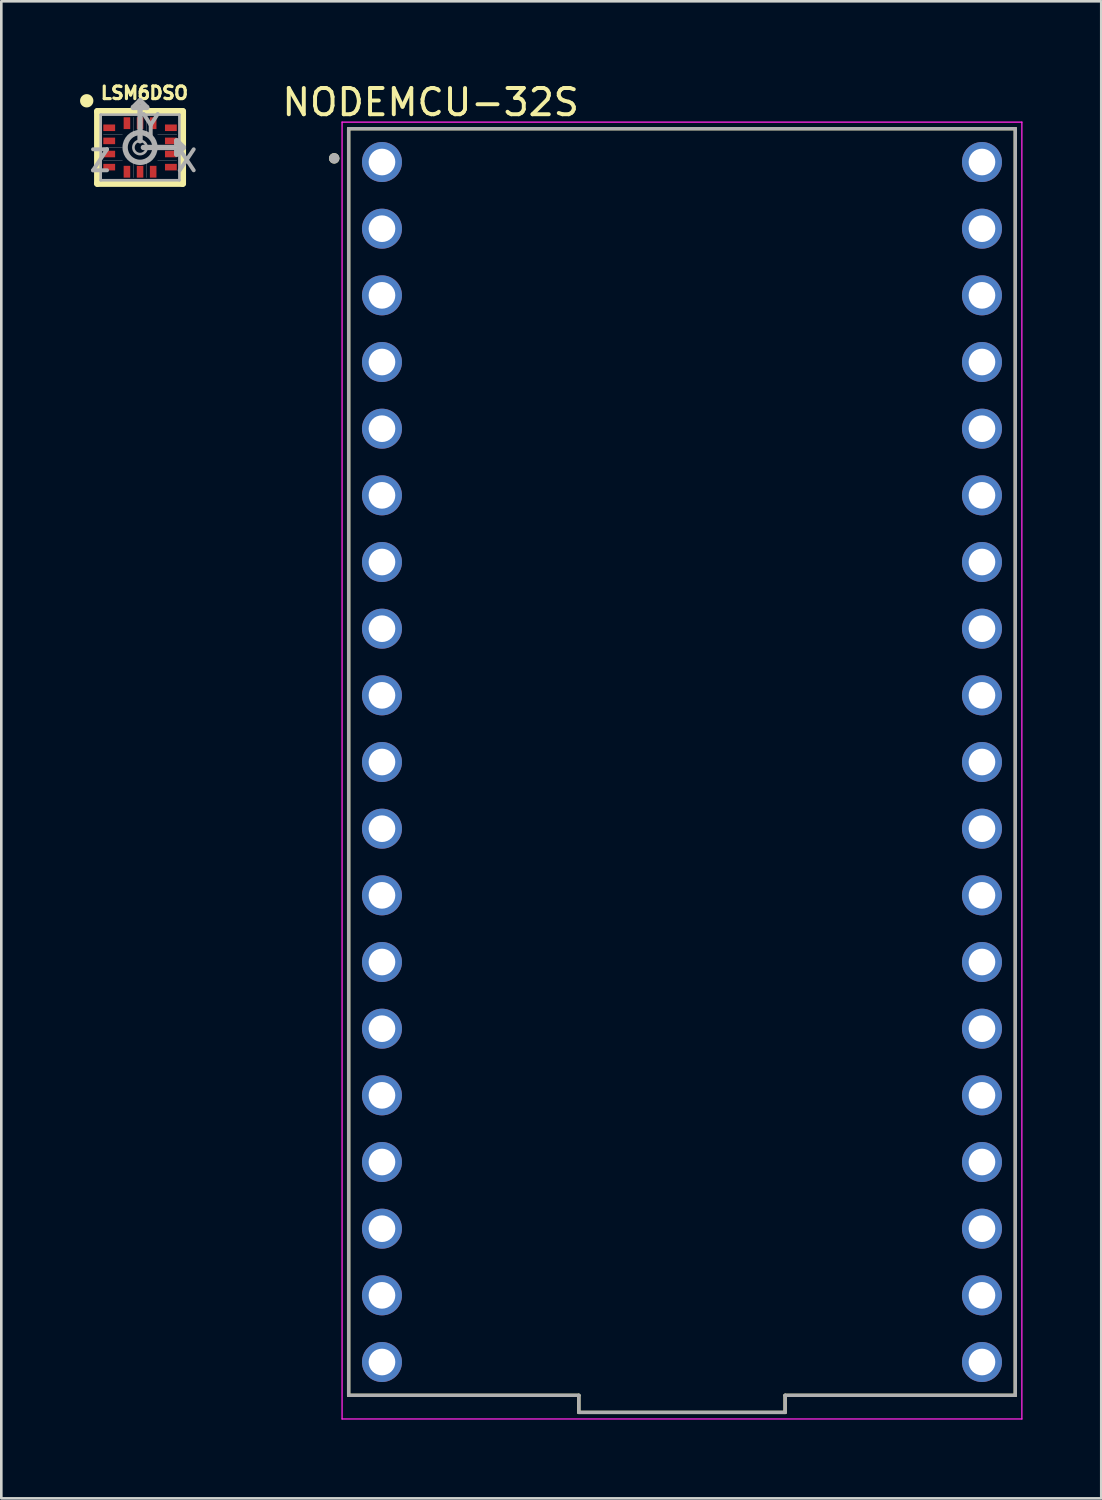
<source format=kicad_pcb>
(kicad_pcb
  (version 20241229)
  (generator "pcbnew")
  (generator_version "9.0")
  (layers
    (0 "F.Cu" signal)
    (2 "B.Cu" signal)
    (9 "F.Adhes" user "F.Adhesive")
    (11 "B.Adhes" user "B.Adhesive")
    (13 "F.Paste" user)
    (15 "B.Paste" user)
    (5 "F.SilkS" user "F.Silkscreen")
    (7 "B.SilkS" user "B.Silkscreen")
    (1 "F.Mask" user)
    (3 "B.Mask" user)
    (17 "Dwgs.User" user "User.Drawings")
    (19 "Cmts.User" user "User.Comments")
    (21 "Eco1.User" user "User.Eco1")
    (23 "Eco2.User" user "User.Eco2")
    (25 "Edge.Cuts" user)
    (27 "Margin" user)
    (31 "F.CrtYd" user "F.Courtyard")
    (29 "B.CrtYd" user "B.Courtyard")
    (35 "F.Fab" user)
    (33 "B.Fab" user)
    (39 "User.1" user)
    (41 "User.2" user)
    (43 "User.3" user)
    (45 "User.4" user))
  (footprint "LSM6DSO"
    (layer "F.Cu")
    (at 2.286 2.568)
    (property "Reference" "LSM6DSO" (at 0.167 -2.077 0) (layer "F.SilkS") (effects (font (size 0.48 0.48) (thickness 0.15))))
    (attr smd)
    (fp_line (start -1.625 -1.375) (end 1.625 -1.375) (stroke (width 0.254) (type solid)) (layer "F.SilkS"))
    (fp_line (start -1.625 1.375) (end -1.625 -1.375) (stroke (width 0.254) (type solid)) (layer "F.SilkS"))
    (fp_line (start 1.625 -1.375) (end 1.625 1.375) (stroke (width 0.254) (type solid)) (layer "F.SilkS"))
    (fp_line (start 1.625 1.375) (end -1.625 1.375) (stroke (width 0.254) (type solid)) (layer "F.SilkS"))
    (fp_circle (center -2.032 -1.778) (end -1.778 -1.778) (stroke (width 0) (type solid)) (fill yes) (layer "F.SilkS"))
    (fp_line (start -1.4 -0.5) (end -0.67 -0.5) (stroke (width 0.01) (type solid)) (layer "Dwgs.User"))
    (fp_line (start -1.4 0) (end -0.67 0) (stroke (width 0.01) (type solid)) (layer "Dwgs.User"))
    (fp_line (start -1.4 0.5) (end -0.67 0.5) (stroke (width 0.01) (type solid)) (layer "Dwgs.User"))
    (fp_line (start -0.25 -1.15) (end -0.25 -0.42) (stroke (width 0.01) (type solid)) (layer "Dwgs.User"))
    (fp_line (start -0.25 0.42) (end -0.25 1.15) (stroke (width 0.01) (type solid)) (layer "Dwgs.User"))
    (fp_line (start 0.25 -1.15) (end 0.25 -0.42) (stroke (width 0.01) (type solid)) (layer "Dwgs.User"))
    (fp_line (start 0.25 0.42) (end 0.25 1.15) (stroke (width 0.01) (type solid)) (layer "Dwgs.User"))
    (fp_line (start 0.67 -0.5) (end 1.4 -0.5) (stroke (width 0.01) (type solid)) (layer "Dwgs.User"))
    (fp_line (start 0.67 0) (end 1.4 0) (stroke (width 0.01) (type solid)) (layer "Dwgs.User"))
    (fp_line (start 0.67 0.5) (end 1.4 0.5) (stroke (width 0.01) (type solid)) (layer "Dwgs.User"))
    (fp_line (start -1.5 -1.25) (end -1.5 1.25) (stroke (width 0.1) (type solid)) (layer "F.Fab"))
    (fp_line (start -1.5 1.25) (end 1.5 1.25) (stroke (width 0.1) (type solid)) (layer "F.Fab"))
    (fp_line (start -0.254 -1.524) (end 0 -1.778) (stroke (width 0.203) (type solid)) (layer "F.Fab"))
    (fp_line (start 0 -1.778) (end 0.254 -1.524) (stroke (width 0.203) (type solid)) (layer "F.Fab"))
    (fp_line (start 0 -1.524) (end -0.254 -1.524) (stroke (width 0.203) (type solid)) (layer "F.Fab"))
    (fp_line (start 0 -0.254) (end 0 -1.524) (stroke (width 0.203) (type solid)) (layer "F.Fab"))
    (fp_line (start 0.127 0) (end 1.397 0) (stroke (width 0.203) (type solid)) (layer "F.Fab"))
    (fp_line (start 0.254 -1.524) (end 0 -1.524) (stroke (width 0.203) (type solid)) (layer "F.Fab"))
    (fp_line (start 1.397 -0.254) (end 1.651 0) (stroke (width 0.203) (type solid)) (layer "F.Fab"))
    (fp_line (start 1.397 0) (end 1.397 -0.254) (stroke (width 0.203) (type solid)) (layer "F.Fab"))
    (fp_line (start 1.397 0.254) (end 1.397 0) (stroke (width 0.203) (type solid)) (layer "F.Fab"))
    (fp_line (start 1.5 -1.25) (end -1.5 -1.25) (stroke (width 0.1) (type solid)) (layer "F.Fab"))
    (fp_line (start 1.5 1.25) (end 1.5 -1.25) (stroke (width 0.1) (type solid)) (layer "F.Fab"))
    (fp_line (start 1.651 0) (end 1.397 0.254) (stroke (width 0.203) (type solid)) (layer "F.Fab"))
    (fp_circle (center 0 0) (end 0.254 0) (stroke (width 0.1) (type solid)) (fill no) (layer "F.Fab"))
    (fp_circle (center 0 0) (end 0.568 0) (stroke (width 0.203) (type solid)) (fill no) (layer "F.Fab"))
    (fp_text user "Y" (at 0.406 -0.838 0) (layer "F.Fab") (effects (font (size 0.8 0.8) (thickness 0.15))))
    (fp_text user "Z" (at -1.524 0.508 0) (layer "F.Fab") (effects (font (size 0.8 0.8) (thickness 0.15))))
    (fp_text user "X" (at 1.778 0.508 0) (layer "F.Fab") (effects (font (size 0.8 0.8) (thickness 0.15))))
    (pad "1" smd rect (at -1.175 -0.75) (size 0.45 0.25) (layers "F.Cu" "F.Mask" "F.Paste"))
    (pad "2" smd rect (at -1.175 -0.25) (size 0.45 0.25) (layers "F.Cu" "F.Mask" "F.Paste"))
    (pad "3" smd rect (at -1.175 0.25) (size 0.45 0.25) (layers "F.Cu" "F.Mask" "F.Paste"))
    (pad "4" smd rect (at -1.175 0.75) (size 0.45 0.25) (layers "F.Cu" "F.Mask" "F.Paste"))
    (pad "5" smd rect (at -0.5 0.925) (size 0.25 0.45) (layers "F.Cu" "F.Mask" "F.Paste"))
    (pad "6" smd rect (at 0 0.925) (size 0.25 0.45) (layers "F.Cu" "F.Mask" "F.Paste"))
    (pad "7" smd rect (at 0.5 0.925) (size 0.25 0.45) (layers "F.Cu" "F.Mask" "F.Paste"))
    (pad "8" smd rect (at 1.175 0.75) (size 0.45 0.25) (layers "F.Cu" "F.Mask" "F.Paste"))
    (pad "9" smd rect (at 1.175 0.25) (size 0.45 0.25) (layers "F.Cu" "F.Mask" "F.Paste"))
    (pad "10" smd rect (at 1.175 -0.25) (size 0.45 0.25) (layers "F.Cu" "F.Mask" "F.Paste"))
    (pad "11" smd rect (at 1.175 -0.75) (size 0.45 0.25) (layers "F.Cu" "F.Mask" "F.Paste"))
    (pad "12" smd rect (at 0.5 -0.925) (size 0.25 0.45) (layers "F.Cu" "F.Mask" "F.Paste"))
    (pad "13" smd rect (at 0 -0.925) (size 0.25 0.45) (layers "F.Cu" "F.Mask" "F.Paste"))
    (pad "14" smd rect (at -0.5 -0.925) (size 0.25 0.45) (layers "F.Cu" "F.Mask" "F.Paste"))
    (zone (net_name "") (layer "F.Cu") (hatch full 0.508) (connect_pads) (min_thickness 0.01) (filled_areas_thickness no) (keepout (tracks not_allowed) (vias not_allowed) (pads not_allowed) (copperpour not_allowed) (footprints allowed)) (placement (enabled no)) (fill) (polygon (pts (xy 0.786 1.318) (xy 1.546 1.318) (xy 1.546 1.588) (xy 0.786 1.588))))
    (zone (net_name "") (layer "F.Cu") (hatch full 0.508) (connect_pads) (min_thickness 0.01) (filled_areas_thickness no) (keepout (tracks not_allowed) (vias not_allowed) (pads not_allowed) (copperpour not_allowed) (footprints allowed)) (placement (enabled no)) (fill) (polygon (pts (xy 0.786 3.548) (xy 1.546 3.548) (xy 1.546 3.818) (xy 0.786 3.818))))
    (zone (net_name "") (layer "F.Cu") (hatch full 0.508) (connect_pads) (min_thickness 0.01) (filled_areas_thickness no) (keepout (tracks not_allowed) (vias not_allowed) (pads not_allowed) (copperpour not_allowed) (footprints allowed)) (placement (enabled no)) (fill) (polygon (pts (xy 1.456 1.588) (xy 1.546 1.588) (xy 1.546 1.988) (xy 1.456 1.988))))
    (zone (net_name "") (layer "F.Cu") (hatch full 0.508) (connect_pads) (min_thickness 0.01) (filled_areas_thickness no) (keepout (tracks not_allowed) (vias not_allowed) (pads not_allowed) (copperpour not_allowed) (footprints allowed)) (placement (enabled no)) (fill) (polygon (pts (xy 1.456 1.988) (xy 3.116 1.988) (xy 3.116 3.148) (xy 1.456 3.148))))
    (zone (net_name "") (layer "F.Cu") (hatch full 0.508) (connect_pads) (min_thickness 0.01) (filled_areas_thickness no) (keepout (tracks not_allowed) (vias not_allowed) (pads not_allowed) (copperpour not_allowed) (footprints allowed)) (placement (enabled no)) (fill) (polygon (pts (xy 1.456 3.148) (xy 1.546 3.148) (xy 1.546 3.548) (xy 1.456 3.548))))
    (zone (net_name "") (layer "F.Cu") (hatch full 0.508) (connect_pads) (min_thickness 0.01) (filled_areas_thickness no) (keepout (tracks not_allowed) (vias not_allowed) (pads not_allowed) (copperpour not_allowed) (footprints allowed)) (placement (enabled no)) (fill) (polygon (pts (xy 3.026 1.318) (xy 3.786 1.318) (xy 3.786 1.588) (xy 3.026 1.588))))
    (zone (net_name "") (layer "F.Cu") (hatch full 0.508) (connect_pads) (min_thickness 0.01) (filled_areas_thickness no) (keepout (tracks not_allowed) (vias not_allowed) (pads not_allowed) (copperpour not_allowed) (footprints allowed)) (placement (enabled no)) (fill) (polygon (pts (xy 3.026 1.588) (xy 3.116 1.588) (xy 3.116 1.988) (xy 3.026 1.988))))
    (zone (net_name "") (layer "F.Cu") (hatch full 0.508) (connect_pads) (min_thickness 0.01) (filled_areas_thickness no) (keepout (tracks not_allowed) (vias not_allowed) (pads not_allowed) (copperpour not_allowed) (footprints allowed)) (placement (enabled no)) (fill) (polygon (pts (xy 3.026 3.148) (xy 3.116 3.148) (xy 3.116 3.548) (xy 3.026 3.548))))
    (zone (net_name "") (layer "F.Cu") (hatch full 0.508) (connect_pads) (min_thickness 0.01) (filled_areas_thickness no) (keepout (tracks not_allowed) (vias not_allowed) (pads not_allowed) (copperpour not_allowed) (footprints allowed)) (placement (enabled no)) (fill) (polygon (pts (xy 3.026 3.548) (xy 3.786 3.548) (xy 3.786 3.818) (xy 3.026 3.818)))))
  (footprint "NODEMCU-32S"
    (layer "F.Cu")
    (at 22.933 25.983)
    (property "Reference" "NODEMCU-32S" (at -9.575 -25.135 0) (layer "F.SilkS") (effects (font (size 1 1) (thickness 0.15))))
    (attr through_hole)
    (fp_line (start -12.7 -24.13) (end 12.7 -24.13) (stroke (width 0.127) (type solid)) (layer "F.SilkS"))
    (fp_line (start -12.7 24.13) (end -12.7 -24.13) (stroke (width 0.127) (type solid)) (layer "F.SilkS"))
    (fp_line (start -3.93 24.13) (end -12.7 24.13) (stroke (width 0.127) (type solid)) (layer "F.SilkS"))
    (fp_line (start -3.93 24.13) (end -3.93 24.78) (stroke (width 0.127) (type solid)) (layer "F.SilkS"))
    (fp_line (start -3.93 24.78) (end 3.93 24.78) (stroke (width 0.127) (type solid)) (layer "F.SilkS"))
    (fp_line (start 3.93 24.78) (end 3.93 24.13) (stroke (width 0.127) (type solid)) (layer "F.SilkS"))
    (fp_line (start 12.7 -24.13) (end 12.7 24.13) (stroke (width 0.127) (type solid)) (layer "F.SilkS"))
    (fp_line (start 12.7 24.13) (end 3.93 24.13) (stroke (width 0.127) (type solid)) (layer "F.SilkS"))
    (fp_circle (center -13.25 -23) (end -13.15 -23) (stroke (width 0.2) (type solid)) (fill no) (layer "F.SilkS"))
    (fp_line (start -12.95 -24.38) (end -12.95 25.03) (stroke (width 0.05) (type solid)) (layer "F.CrtYd"))
    (fp_line (start -12.95 25.03) (end 12.95 25.03) (stroke (width 0.05) (type solid)) (layer "F.CrtYd"))
    (fp_line (start 12.95 -24.38) (end -12.95 -24.38) (stroke (width 0.05) (type solid)) (layer "F.CrtYd"))
    (fp_line (start 12.95 25.03) (end 12.95 -24.38) (stroke (width 0.05) (type solid)) (layer "F.CrtYd"))
    (fp_line (start -12.7 -24.13) (end 12.7 -24.13) (stroke (width 0.127) (type solid)) (layer "F.Fab"))
    (fp_line (start -12.7 24.13) (end -12.7 -24.13) (stroke (width 0.127) (type solid)) (layer "F.Fab"))
    (fp_line (start -3.93 24.13) (end -12.7 24.13) (stroke (width 0.127) (type solid)) (layer "F.Fab"))
    (fp_line (start -3.93 24.13) (end -3.93 24.78) (stroke (width 0.127) (type solid)) (layer "F.Fab"))
    (fp_line (start -3.93 24.78) (end 3.93 24.78) (stroke (width 0.127) (type solid)) (layer "F.Fab"))
    (fp_line (start 3.93 24.78) (end 3.93 24.13) (stroke (width 0.127) (type solid)) (layer "F.Fab"))
    (fp_line (start 12.7 -24.13) (end 12.7 24.13) (stroke (width 0.127) (type solid)) (layer "F.Fab"))
    (fp_line (start 12.7 24.13) (end 3.93 24.13) (stroke (width 0.127) (type solid)) (layer "F.Fab"))
    (fp_circle (center -13.25 -23) (end -13.15 -23) (stroke (width 0.2) (type solid)) (fill no) (layer "F.Fab"))
    (pad "J1_1" thru_hole circle (at -11.43 -22.86) (size 1.524 1.524) (drill 1.016) (layers "*.Cu" "*.Mask"))
    (pad "J1_2" thru_hole circle (at -11.43 -20.32) (size 1.524 1.524) (drill 1.016) (layers "*.Cu" "*.Mask"))
    (pad "J1_3" thru_hole circle (at -11.43 -17.78) (size 1.524 1.524) (drill 1.016) (layers "*.Cu" "*.Mask"))
    (pad "J1_4" thru_hole circle (at -11.43 -15.24) (size 1.524 1.524) (drill 1.016) (layers "*.Cu" "*.Mask"))
    (pad "J1_5" thru_hole circle (at -11.43 -12.7) (size 1.524 1.524) (drill 1.016) (layers "*.Cu" "*.Mask"))
    (pad "J1_6" thru_hole circle (at -11.43 -10.16) (size 1.524 1.524) (drill 1.016) (layers "*.Cu" "*.Mask"))
    (pad "J1_7" thru_hole circle (at -11.43 -7.62) (size 1.524 1.524) (drill 1.016) (layers "*.Cu" "*.Mask"))
    (pad "J1_8" thru_hole circle (at -11.43 -5.08) (size 1.524 1.524) (drill 1.016) (layers "*.Cu" "*.Mask"))
    (pad "J1_9" thru_hole circle (at -11.43 -2.54) (size 1.524 1.524) (drill 1.016) (layers "*.Cu" "*.Mask"))
    (pad "J1_10" thru_hole circle (at -11.43 0) (size 1.524 1.524) (drill 1.016) (layers "*.Cu" "*.Mask"))
    (pad "J1_11" thru_hole circle (at -11.43 2.54) (size 1.524 1.524) (drill 1.016) (layers "*.Cu" "*.Mask"))
    (pad "J1_12" thru_hole circle (at -11.43 5.08) (size 1.524 1.524) (drill 1.016) (layers "*.Cu" "*.Mask"))
    (pad "J1_13" thru_hole circle (at -11.43 7.62) (size 1.524 1.524) (drill 1.016) (layers "*.Cu" "*.Mask"))
    (pad "J1_14" thru_hole circle (at -11.43 10.16) (size 1.524 1.524) (drill 1.016) (layers "*.Cu" "*.Mask"))
    (pad "J1_15" thru_hole circle (at -11.43 12.7) (size 1.524 1.524) (drill 1.016) (layers "*.Cu" "*.Mask"))
    (pad "J1_16" thru_hole circle (at -11.43 15.24) (size 1.524 1.524) (drill 1.016) (layers "*.Cu" "*.Mask"))
    (pad "J1_17" thru_hole circle (at -11.43 17.78) (size 1.524 1.524) (drill 1.016) (layers "*.Cu" "*.Mask"))
    (pad "J1_18" thru_hole circle (at -11.43 20.32) (size 1.524 1.524) (drill 1.016) (layers "*.Cu" "*.Mask"))
    (pad "J1_19" thru_hole circle (at -11.43 22.86) (size 1.524 1.524) (drill 1.016) (layers "*.Cu" "*.Mask"))
    (pad "J2_1" thru_hole circle (at 11.43 -22.86) (size 1.524 1.524) (drill 1.016) (layers "*.Cu" "*.Mask"))
    (pad "J2_2" thru_hole circle (at 11.43 -20.32) (size 1.524 1.524) (drill 1.016) (layers "*.Cu" "*.Mask"))
    (pad "J2_3" thru_hole circle (at 11.43 -17.78) (size 1.524 1.524) (drill 1.016) (layers "*.Cu" "*.Mask"))
    (pad "J2_4" thru_hole circle (at 11.43 -15.24) (size 1.524 1.524) (drill 1.016) (layers "*.Cu" "*.Mask"))
    (pad "J2_5" thru_hole circle (at 11.43 -12.7) (size 1.524 1.524) (drill 1.016) (layers "*.Cu" "*.Mask"))
    (pad "J2_6" thru_hole circle (at 11.43 -10.16) (size 1.524 1.524) (drill 1.016) (layers "*.Cu" "*.Mask"))
    (pad "J2_7" thru_hole circle (at 11.43 -7.62) (size 1.524 1.524) (drill 1.016) (layers "*.Cu" "*.Mask"))
    (pad "J2_8" thru_hole circle (at 11.43 -5.08) (size 1.524 1.524) (drill 1.016) (layers "*.Cu" "*.Mask"))
    (pad "J2_9" thru_hole circle (at 11.43 -2.54) (size 1.524 1.524) (drill 1.016) (layers "*.Cu" "*.Mask"))
    (pad "J2_10" thru_hole circle (at 11.43 0) (size 1.524 1.524) (drill 1.016) (layers "*.Cu" "*.Mask"))
    (pad "J2_11" thru_hole circle (at 11.43 2.54) (size 1.524 1.524) (drill 1.016) (layers "*.Cu" "*.Mask"))
    (pad "J2_12" thru_hole circle (at 11.43 5.08) (size 1.524 1.524) (drill 1.016) (layers "*.Cu" "*.Mask"))
    (pad "J2_13" thru_hole circle (at 11.43 7.62) (size 1.524 1.524) (drill 1.016) (layers "*.Cu" "*.Mask"))
    (pad "J2_14" thru_hole circle (at 11.43 10.16) (size 1.524 1.524) (drill 1.016) (layers "*.Cu" "*.Mask"))
    (pad "J2_15" thru_hole circle (at 11.43 12.7) (size 1.524 1.524) (drill 1.016) (layers "*.Cu" "*.Mask"))
    (pad "J2_16" thru_hole circle (at 11.43 15.24) (size 1.524 1.524) (drill 1.016) (layers "*.Cu" "*.Mask"))
    (pad "J2_17" thru_hole circle (at 11.43 17.78) (size 1.524 1.524) (drill 1.016) (layers "*.Cu" "*.Mask"))
    (pad "J2_18" thru_hole circle (at 11.43 20.32) (size 1.524 1.524) (drill 1.016) (layers "*.Cu" "*.Mask"))
    (pad "J2_19" thru_hole circle (at 11.43 22.86) (size 1.524 1.524) (drill 1.016) (layers "*.Cu" "*.Mask")))
  (gr_rect
    (start -3 -3)
    (end 38.908 54.038)
    (stroke (width 0.1) (type default))
    (fill no)
    (layer "Edge.Cuts")))
</source>
